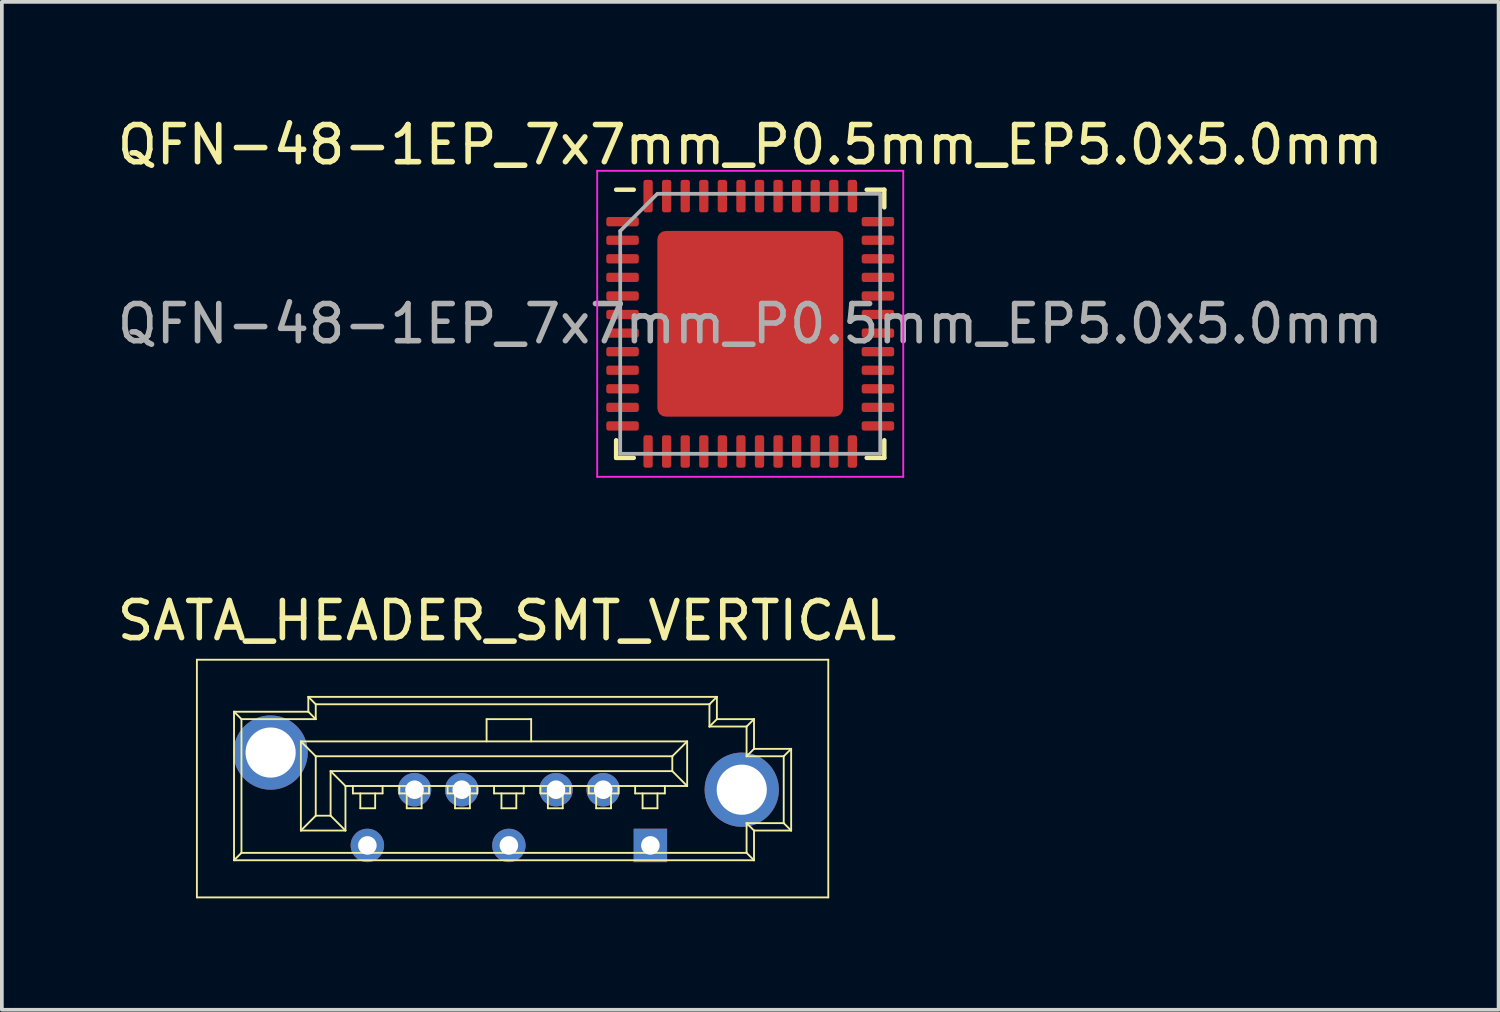
<source format=kicad_pcb>
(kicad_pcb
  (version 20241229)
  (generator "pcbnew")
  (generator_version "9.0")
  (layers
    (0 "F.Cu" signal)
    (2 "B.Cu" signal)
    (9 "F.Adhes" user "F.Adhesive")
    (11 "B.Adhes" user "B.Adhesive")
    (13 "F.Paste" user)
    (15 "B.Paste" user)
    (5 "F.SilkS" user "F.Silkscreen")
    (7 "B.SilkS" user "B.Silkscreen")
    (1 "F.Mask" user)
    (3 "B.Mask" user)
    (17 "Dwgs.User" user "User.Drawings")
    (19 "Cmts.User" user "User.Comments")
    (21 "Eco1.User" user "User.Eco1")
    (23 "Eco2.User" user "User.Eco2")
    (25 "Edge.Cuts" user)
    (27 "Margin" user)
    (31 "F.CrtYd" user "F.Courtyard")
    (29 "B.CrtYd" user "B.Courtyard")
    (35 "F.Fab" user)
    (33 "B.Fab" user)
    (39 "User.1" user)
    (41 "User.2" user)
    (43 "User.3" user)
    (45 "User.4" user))
  (footprint "SATA_HEADER_SMT_VERTICAL"
    (layer "F.Cu")
    (at 10.651 19.712)
    (property "Reference" "SATA_HEADER_SMT_VERTICAL" (at -0.05 -6.05 0) (layer "F.SilkS") (effects (font (size 1 1) (thickness 0.15))))
    (attr through_hole)
    (fp_line (start -8.4 -5) (end 8.6 -5) (stroke (width 0.05) (type solid)) (layer "F.SilkS"))
    (fp_line (start -8.4 1.4) (end -8.4 -5) (stroke (width 0.05) (type solid)) (layer "F.SilkS"))
    (fp_line (start -7.4 -3.6) (end -7.2 -3.4) (stroke (width 0.05) (type solid)) (layer "F.SilkS"))
    (fp_line (start -7.4 -3.6) (end -5.4 -3.6) (stroke (width 0.05) (type solid)) (layer "F.SilkS"))
    (fp_line (start -7.4 0.4) (end -7.4 -3.6) (stroke (width 0.05) (type solid)) (layer "F.SilkS"))
    (fp_line (start -7.2 -3.4) (end -7.2 0.2) (stroke (width 0.05) (type solid)) (layer "F.SilkS"))
    (fp_line (start -7.2 -3.4) (end -5.2 -3.4) (stroke (width 0.05) (type solid)) (layer "F.SilkS"))
    (fp_line (start -7.2 0.2) (end -7.4 0.4) (stroke (width 0.05) (type solid)) (layer "F.SilkS"))
    (fp_line (start -6.6 -3) (end -6.6 -2) (stroke (width 0.05) (type solid)) (layer "F.SilkS"))
    (fp_line (start -6.6 -2.8) (end -6.2 -2.8) (stroke (width 0.05) (type solid)) (layer "F.SilkS"))
    (fp_line (start -6.6 -2.2) (end -6.2 -2.2) (stroke (width 0.05) (type solid)) (layer "F.SilkS"))
    (fp_line (start -6.6 -2) (end -6.2 -2) (stroke (width 0.05) (type solid)) (layer "F.SilkS"))
    (fp_line (start -6.2 -3) (end -6.6 -3) (stroke (width 0.05) (type solid)) (layer "F.SilkS"))
    (fp_line (start -6.2 -2) (end -6.2 -3) (stroke (width 0.05) (type solid)) (layer "F.SilkS"))
    (fp_line (start -5.6 -2.8) (end 4.8 -2.8) (stroke (width 0.05) (type solid)) (layer "F.SilkS"))
    (fp_line (start -5.6 -0.4) (end -5.6 -2.8) (stroke (width 0.05) (type solid)) (layer "F.SilkS"))
    (fp_line (start -5.4 -4) (end 5.6 -4) (stroke (width 0.05) (type solid)) (layer "F.SilkS"))
    (fp_line (start -5.4 -3.6) (end -5.4 -4) (stroke (width 0.05) (type solid)) (layer "F.SilkS"))
    (fp_line (start -5.2 -3.8) (end -5.4 -4) (stroke (width 0.05) (type solid)) (layer "F.SilkS"))
    (fp_line (start -5.2 -3.8) (end 5.4 -3.8) (stroke (width 0.05) (type solid)) (layer "F.SilkS"))
    (fp_line (start -5.2 -3.4) (end -5.4 -3.6) (stroke (width 0.05) (type solid)) (layer "F.SilkS"))
    (fp_line (start -5.2 -3.4) (end -5.2 -3.8) (stroke (width 0.05) (type solid)) (layer "F.SilkS"))
    (fp_line (start -5.2 -2.4) (end -5.6 -2.8) (stroke (width 0.05) (type solid)) (layer "F.SilkS"))
    (fp_line (start -5.2 -2.4) (end -5.2 -0.8) (stroke (width 0.05) (type solid)) (layer "F.SilkS"))
    (fp_line (start -5.2 -0.8) (end -5.6 -0.4) (stroke (width 0.05) (type solid)) (layer "F.SilkS"))
    (fp_line (start -5.2 -0.8) (end -4.8 -0.8) (stroke (width 0.05) (type solid)) (layer "F.SilkS"))
    (fp_line (start -4.8 -2) (end -4.4 -1.6) (stroke (width 0.05) (type solid)) (layer "F.SilkS"))
    (fp_line (start -4.8 -2) (end 4.4 -2) (stroke (width 0.05) (type solid)) (layer "F.SilkS"))
    (fp_line (start -4.8 -0.8) (end -4.8 -2) (stroke (width 0.05) (type solid)) (layer "F.SilkS"))
    (fp_line (start -4.8 -0.8) (end -4.4 -0.4) (stroke (width 0.05) (type solid)) (layer "F.SilkS"))
    (fp_line (start -4.4 -1.6) (end -4.4 -0.4) (stroke (width 0.05) (type solid)) (layer "F.SilkS"))
    (fp_line (start -4.4 -0.4) (end -5.6 -0.4) (stroke (width 0.05) (type solid)) (layer "F.SilkS"))
    (fp_line (start -4.2 -1.6) (end -4.2 -1.4) (stroke (width 0.05) (type solid)) (layer "F.SilkS"))
    (fp_line (start -4.2 -1.4) (end -3.4 -1.4) (stroke (width 0.05) (type solid)) (layer "F.SilkS"))
    (fp_line (start -4 -1.4) (end -4 -1) (stroke (width 0.05) (type solid)) (layer "F.SilkS"))
    (fp_line (start -4 -1) (end -3.6 -1) (stroke (width 0.05) (type solid)) (layer "F.SilkS"))
    (fp_line (start -3.6 -1) (end -3.6 -1.4) (stroke (width 0.05) (type solid)) (layer "F.SilkS"))
    (fp_line (start -3.4 -1.4) (end -3.4 -1.6) (stroke (width 0.05) (type solid)) (layer "F.SilkS"))
    (fp_line (start -2.95 -1.6) (end -2.95 -1.4) (stroke (width 0.05) (type solid)) (layer "F.SilkS"))
    (fp_line (start -2.95 -1.4) (end -2.15 -1.4) (stroke (width 0.05) (type solid)) (layer "F.SilkS"))
    (fp_line (start -2.75 -1.4) (end -2.75 -1) (stroke (width 0.05) (type solid)) (layer "F.SilkS"))
    (fp_line (start -2.75 -1) (end -2.35 -1) (stroke (width 0.05) (type solid)) (layer "F.SilkS"))
    (fp_line (start -2.35 -1) (end -2.35 -1.4) (stroke (width 0.05) (type solid)) (layer "F.SilkS"))
    (fp_line (start -2.15 -1.4) (end -2.15 -1.6) (stroke (width 0.05) (type solid)) (layer "F.SilkS"))
    (fp_line (start -1.65 -1.6) (end -1.65 -1.4) (stroke (width 0.05) (type solid)) (layer "F.SilkS"))
    (fp_line (start -1.65 -1.4) (end -0.85 -1.4) (stroke (width 0.05) (type solid)) (layer "F.SilkS"))
    (fp_line (start -1.45 -1.4) (end -1.45 -1) (stroke (width 0.05) (type solid)) (layer "F.SilkS"))
    (fp_line (start -1.45 -1) (end -1.05 -1) (stroke (width 0.05) (type solid)) (layer "F.SilkS"))
    (fp_line (start -1.05 -1) (end -1.05 -1.4) (stroke (width 0.05) (type solid)) (layer "F.SilkS"))
    (fp_line (start -0.85 -1.4) (end -0.85 -1.6) (stroke (width 0.05) (type solid)) (layer "F.SilkS"))
    (fp_line (start -0.6 -3.4) (end 0.6 -3.4) (stroke (width 0.05) (type solid)) (layer "F.SilkS"))
    (fp_line (start -0.6 -2.8) (end -0.6 -3.4) (stroke (width 0.05) (type solid)) (layer "F.SilkS"))
    (fp_line (start -0.4 -1.6) (end -0.4 -1.4) (stroke (width 0.05) (type solid)) (layer "F.SilkS"))
    (fp_line (start -0.4 -1.4) (end 0.4 -1.4) (stroke (width 0.05) (type solid)) (layer "F.SilkS"))
    (fp_line (start -0.2 -1.4) (end -0.2 -1) (stroke (width 0.05) (type solid)) (layer "F.SilkS"))
    (fp_line (start -0.2 -1) (end 0.2 -1) (stroke (width 0.05) (type solid)) (layer "F.SilkS"))
    (fp_line (start 0.2 -1) (end 0.2 -1.4) (stroke (width 0.05) (type solid)) (layer "F.SilkS"))
    (fp_line (start 0.4 -1.4) (end 0.4 -1.6) (stroke (width 0.05) (type solid)) (layer "F.SilkS"))
    (fp_line (start 0.6 -3.4) (end 0.6 -2.8) (stroke (width 0.05) (type solid)) (layer "F.SilkS"))
    (fp_line (start 0.85 -1.6) (end 0.85 -1.4) (stroke (width 0.05) (type solid)) (layer "F.SilkS"))
    (fp_line (start 0.85 -1.4) (end 1.65 -1.4) (stroke (width 0.05) (type solid)) (layer "F.SilkS"))
    (fp_line (start 1.05 -1.4) (end 1.05 -1) (stroke (width 0.05) (type solid)) (layer "F.SilkS"))
    (fp_line (start 1.05 -1) (end 1.45 -1) (stroke (width 0.05) (type solid)) (layer "F.SilkS"))
    (fp_line (start 1.45 -1) (end 1.45 -1.4) (stroke (width 0.05) (type solid)) (layer "F.SilkS"))
    (fp_line (start 1.65 -1.4) (end 1.65 -1.6) (stroke (width 0.05) (type solid)) (layer "F.SilkS"))
    (fp_line (start 2.15 -1.6) (end 2.15 -1.4) (stroke (width 0.05) (type solid)) (layer "F.SilkS"))
    (fp_line (start 2.15 -1.4) (end 2.95 -1.4) (stroke (width 0.05) (type solid)) (layer "F.SilkS"))
    (fp_line (start 2.35 -1.4) (end 2.35 -1) (stroke (width 0.05) (type solid)) (layer "F.SilkS"))
    (fp_line (start 2.35 -1) (end 2.75 -1) (stroke (width 0.05) (type solid)) (layer "F.SilkS"))
    (fp_line (start 2.75 -1) (end 2.75 -1.4) (stroke (width 0.05) (type solid)) (layer "F.SilkS"))
    (fp_line (start 2.95 -1.4) (end 2.95 -1.6) (stroke (width 0.05) (type solid)) (layer "F.SilkS"))
    (fp_line (start 3.4 -1.6) (end 3.4 -1.4) (stroke (width 0.05) (type solid)) (layer "F.SilkS"))
    (fp_line (start 3.4 -1.4) (end 4.2 -1.4) (stroke (width 0.05) (type solid)) (layer "F.SilkS"))
    (fp_line (start 3.6 -1.4) (end 3.6 -1) (stroke (width 0.05) (type solid)) (layer "F.SilkS"))
    (fp_line (start 3.6 -1) (end 4 -1) (stroke (width 0.05) (type solid)) (layer "F.SilkS"))
    (fp_line (start 4 -1) (end 4 -1.4) (stroke (width 0.05) (type solid)) (layer "F.SilkS"))
    (fp_line (start 4.2 -1.4) (end 4.2 -1.6) (stroke (width 0.05) (type solid)) (layer "F.SilkS"))
    (fp_line (start 4.4 -2.4) (end -5.2 -2.4) (stroke (width 0.05) (type solid)) (layer "F.SilkS"))
    (fp_line (start 4.4 -2.4) (end 4.8 -2.8) (stroke (width 0.05) (type solid)) (layer "F.SilkS"))
    (fp_line (start 4.4 -2) (end 4.4 -2.4) (stroke (width 0.05) (type solid)) (layer "F.SilkS"))
    (fp_line (start 4.8 -2.8) (end 4.8 -1.6) (stroke (width 0.05) (type solid)) (layer "F.SilkS"))
    (fp_line (start 4.8 -1.6) (end -4.4 -1.6) (stroke (width 0.05) (type solid)) (layer "F.SilkS"))
    (fp_line (start 4.8 -1.6) (end 4.4 -2) (stroke (width 0.05) (type solid)) (layer "F.SilkS"))
    (fp_line (start 5.4 -3.8) (end 5.4 -3.2) (stroke (width 0.05) (type solid)) (layer "F.SilkS"))
    (fp_line (start 5.4 -3.8) (end 5.6 -4) (stroke (width 0.05) (type solid)) (layer "F.SilkS"))
    (fp_line (start 5.4 -3.2) (end 5.6 -3.4) (stroke (width 0.05) (type solid)) (layer "F.SilkS"))
    (fp_line (start 5.4 -3.2) (end 6.4 -3.2) (stroke (width 0.05) (type solid)) (layer "F.SilkS"))
    (fp_line (start 5.6 -4) (end 5.6 -3.4) (stroke (width 0.05) (type solid)) (layer "F.SilkS"))
    (fp_line (start 5.6 -3.4) (end 6.6 -3.4) (stroke (width 0.05) (type solid)) (layer "F.SilkS"))
    (fp_line (start 6.05 -2) (end 6.05 -1) (stroke (width 0.05) (type solid)) (layer "F.SilkS"))
    (fp_line (start 6.05 -1.8) (end 6.45 -1.8) (stroke (width 0.05) (type solid)) (layer "F.SilkS"))
    (fp_line (start 6.05 -1) (end 6.45 -1) (stroke (width 0.05) (type solid)) (layer "F.SilkS"))
    (fp_line (start 6.4 -3.2) (end 6.4 -2.4) (stroke (width 0.05) (type solid)) (layer "F.SilkS"))
    (fp_line (start 6.4 -3.2) (end 6.6 -3.4) (stroke (width 0.05) (type solid)) (layer "F.SilkS"))
    (fp_line (start 6.4 -2.4) (end 6.6 -2.6) (stroke (width 0.05) (type solid)) (layer "F.SilkS"))
    (fp_line (start 6.4 -2.4) (end 7.4 -2.4) (stroke (width 0.05) (type solid)) (layer "F.SilkS"))
    (fp_line (start 6.4 -0.6) (end 6.4 0.2) (stroke (width 0.05) (type solid)) (layer "F.SilkS"))
    (fp_line (start 6.4 -0.6) (end 6.6 -0.4) (stroke (width 0.05) (type solid)) (layer "F.SilkS"))
    (fp_line (start 6.4 0.2) (end -7.2 0.2) (stroke (width 0.05) (type solid)) (layer "F.SilkS"))
    (fp_line (start 6.4 0.2) (end 6.6 0.4) (stroke (width 0.05) (type solid)) (layer "F.SilkS"))
    (fp_line (start 6.45 -2) (end 6.05 -2) (stroke (width 0.05) (type solid)) (layer "F.SilkS"))
    (fp_line (start 6.45 -1.2) (end 6.05 -1.2) (stroke (width 0.05) (type solid)) (layer "F.SilkS"))
    (fp_line (start 6.45 -1) (end 6.45 -2) (stroke (width 0.05) (type solid)) (layer "F.SilkS"))
    (fp_line (start 6.6 -3.4) (end 6.6 -2.6) (stroke (width 0.05) (type solid)) (layer "F.SilkS"))
    (fp_line (start 6.6 -2.6) (end 7.6 -2.6) (stroke (width 0.05) (type solid)) (layer "F.SilkS"))
    (fp_line (start 6.6 -0.4) (end 6.6 0.4) (stroke (width 0.05) (type solid)) (layer "F.SilkS"))
    (fp_line (start 6.6 0.4) (end -7.4 0.4) (stroke (width 0.05) (type solid)) (layer "F.SilkS"))
    (fp_line (start 7.4 -2.4) (end 7.4 -0.6) (stroke (width 0.05) (type solid)) (layer "F.SilkS"))
    (fp_line (start 7.4 -2.4) (end 7.6 -2.6) (stroke (width 0.05) (type solid)) (layer "F.SilkS"))
    (fp_line (start 7.4 -0.6) (end 6.4 -0.6) (stroke (width 0.05) (type solid)) (layer "F.SilkS"))
    (fp_line (start 7.4 -0.6) (end 7.6 -0.4) (stroke (width 0.05) (type solid)) (layer "F.SilkS"))
    (fp_line (start 7.6 -2.6) (end 7.6 -0.4) (stroke (width 0.05) (type solid)) (layer "F.SilkS"))
    (fp_line (start 7.6 -0.4) (end 6.6 -0.4) (stroke (width 0.05) (type solid)) (layer "F.SilkS"))
    (fp_line (start 8.6 -5) (end 8.6 1.4) (stroke (width 0.05) (type solid)) (layer "F.SilkS"))
    (fp_line (start 8.6 1.4) (end -8.4 1.4) (stroke (width 0.05) (type solid)) (layer "F.SilkS"))
    (pad "0" thru_hole circle (at -6.415 -2.5) (size 2 2) (drill 1.35) (layers "*.Cu" "*.Mask"))
    (pad "0" thru_hole circle (at 6.27 -1.5) (size 2 2) (drill 1.35) (layers "*.Cu" "*.Mask"))
    (pad "1" thru_hole rect (at 3.81 0) (size 0.9 0.9) (drill 0.5) (layers "*.Cu" "*.Mask"))
    (pad "2" thru_hole circle (at 2.54 -1.5) (size 0.9 0.9) (drill 0.5) (layers "*.Cu" "*.Mask"))
    (pad "3" thru_hole circle (at 1.27 -1.5) (size 0.9 0.9) (drill 0.5) (layers "*.Cu" "*.Mask"))
    (pad "4" thru_hole circle (at 0 0) (size 0.9 0.9) (drill 0.5) (layers "*.Cu" "*.Mask"))
    (pad "5" thru_hole circle (at -1.27 -1.5) (size 0.9 0.9) (drill 0.5) (layers "*.Cu" "*.Mask"))
    (pad "6" thru_hole circle (at -2.54 -1.5) (size 0.9 0.9) (drill 0.5) (layers "*.Cu" "*.Mask"))
    (pad "7" thru_hole circle (at -3.81 0) (size 0.9 0.9) (drill 0.5) (layers "*.Cu" "*.Mask")))
  (footprint "QFN-48-1EP_7x7mm_P0.5mm_EP5.0x5.0mm"
    (layer "F.Cu")
    (at 17.149 5.668)
    (property "Reference" "QFN-48-1EP_7x7mm_P0.5mm_EP5.0x5.0mm" (at 0 -4.82 0) (layer "F.SilkS") (effects (font (size 1 1) (thickness 0.15))))
    (attr smd)
    (fp_line (start -3.61 3.61) (end -3.61 3.135) (stroke (width 0.12) (type solid)) (layer "F.SilkS"))
    (fp_line (start -3.135 -3.61) (end -3.61 -3.61) (stroke (width 0.12) (type solid)) (layer "F.SilkS"))
    (fp_line (start -3.135 3.61) (end -3.61 3.61) (stroke (width 0.12) (type solid)) (layer "F.SilkS"))
    (fp_line (start 3.135 -3.61) (end 3.61 -3.61) (stroke (width 0.12) (type solid)) (layer "F.SilkS"))
    (fp_line (start 3.135 3.61) (end 3.61 3.61) (stroke (width 0.12) (type solid)) (layer "F.SilkS"))
    (fp_line (start 3.61 -3.61) (end 3.61 -3.135) (stroke (width 0.12) (type solid)) (layer "F.SilkS"))
    (fp_line (start 3.61 3.61) (end 3.61 3.135) (stroke (width 0.12) (type solid)) (layer "F.SilkS"))
    (fp_line (start -4.12 -4.12) (end -4.12 4.12) (stroke (width 0.05) (type solid)) (layer "F.CrtYd"))
    (fp_line (start -4.12 4.12) (end 4.12 4.12) (stroke (width 0.05) (type solid)) (layer "F.CrtYd"))
    (fp_line (start 4.12 -4.12) (end -4.12 -4.12) (stroke (width 0.05) (type solid)) (layer "F.CrtYd"))
    (fp_line (start 4.12 4.12) (end 4.12 -4.12) (stroke (width 0.05) (type solid)) (layer "F.CrtYd"))
    (fp_line (start -3.5 -2.5) (end -2.5 -3.5) (stroke (width 0.1) (type solid)) (layer "F.Fab"))
    (fp_line (start -3.5 3.5) (end -3.5 -2.5) (stroke (width 0.1) (type solid)) (layer "F.Fab"))
    (fp_line (start -2.5 -3.5) (end 3.5 -3.5) (stroke (width 0.1) (type solid)) (layer "F.Fab"))
    (fp_line (start 3.5 -3.5) (end 3.5 3.5) (stroke (width 0.1) (type solid)) (layer "F.Fab"))
    (fp_line (start 3.5 3.5) (end -3.5 3.5) (stroke (width 0.1) (type solid)) (layer "F.Fab"))
    (fp_text user "${REFERENCE}" (at 0 0 0) (layer "F.Fab") (effects (font (size 1 1) (thickness 0.15))))
    (pad "" smd roundrect (at -0.7 -0.7) (size 1.13 1.13) (layers "F.Paste") (roundrect_rratio 0.221))
    (pad "" smd roundrect (at -0.7 0.7) (size 1.13 1.13) (layers "F.Paste") (roundrect_rratio 0.221))
    (pad "" smd roundrect (at 0.7 -0.7) (size 1.13 1.13) (layers "F.Paste") (roundrect_rratio 0.221))
    (pad "" smd roundrect (at 0.7 0.7) (size 1.13 1.13) (layers "F.Paste") (roundrect_rratio 0.221))
    (pad "1" smd roundrect (at -3.438 -2.75) (size 0.875 0.25) (layers "F.Cu" "F.Mask" "F.Paste") (roundrect_rratio 0.25))
    (pad "2" smd roundrect (at -3.438 -2.25) (size 0.875 0.25) (layers "F.Cu" "F.Mask" "F.Paste") (roundrect_rratio 0.25))
    (pad "3" smd roundrect (at -3.438 -1.75) (size 0.875 0.25) (layers "F.Cu" "F.Mask" "F.Paste") (roundrect_rratio 0.25))
    (pad "4" smd roundrect (at -3.438 -1.25) (size 0.875 0.25) (layers "F.Cu" "F.Mask" "F.Paste") (roundrect_rratio 0.25))
    (pad "5" smd roundrect (at -3.438 -0.75) (size 0.875 0.25) (layers "F.Cu" "F.Mask" "F.Paste") (roundrect_rratio 0.25))
    (pad "6" smd roundrect (at -3.438 -0.25) (size 0.875 0.25) (layers "F.Cu" "F.Mask" "F.Paste") (roundrect_rratio 0.25))
    (pad "7" smd roundrect (at -3.438 0.25) (size 0.875 0.25) (layers "F.Cu" "F.Mask" "F.Paste") (roundrect_rratio 0.25))
    (pad "8" smd roundrect (at -3.438 0.75) (size 0.875 0.25) (layers "F.Cu" "F.Mask" "F.Paste") (roundrect_rratio 0.25))
    (pad "9" smd roundrect (at -3.438 1.25) (size 0.875 0.25) (layers "F.Cu" "F.Mask" "F.Paste") (roundrect_rratio 0.25))
    (pad "10" smd roundrect (at -3.438 1.75) (size 0.875 0.25) (layers "F.Cu" "F.Mask" "F.Paste") (roundrect_rratio 0.25))
    (pad "11" smd roundrect (at -3.438 2.25) (size 0.875 0.25) (layers "F.Cu" "F.Mask" "F.Paste") (roundrect_rratio 0.25))
    (pad "12" smd roundrect (at -3.438 2.75) (size 0.875 0.25) (layers "F.Cu" "F.Mask" "F.Paste") (roundrect_rratio 0.25))
    (pad "13" smd roundrect (at -2.75 3.438) (size 0.25 0.875) (layers "F.Cu" "F.Mask" "F.Paste") (roundrect_rratio 0.25))
    (pad "14" smd roundrect (at -2.25 3.438) (size 0.25 0.875) (layers "F.Cu" "F.Mask" "F.Paste") (roundrect_rratio 0.25))
    (pad "15" smd roundrect (at -1.75 3.438) (size 0.25 0.875) (layers "F.Cu" "F.Mask" "F.Paste") (roundrect_rratio 0.25))
    (pad "16" smd roundrect (at -1.25 3.438) (size 0.25 0.875) (layers "F.Cu" "F.Mask" "F.Paste") (roundrect_rratio 0.25))
    (pad "17" smd roundrect (at -0.75 3.438) (size 0.25 0.875) (layers "F.Cu" "F.Mask" "F.Paste") (roundrect_rratio 0.25))
    (pad "18" smd roundrect (at -0.25 3.438) (size 0.25 0.875) (layers "F.Cu" "F.Mask" "F.Paste") (roundrect_rratio 0.25))
    (pad "19" smd roundrect (at 0.25 3.438) (size 0.25 0.875) (layers "F.Cu" "F.Mask" "F.Paste") (roundrect_rratio 0.25))
    (pad "20" smd roundrect (at 0.75 3.438) (size 0.25 0.875) (layers "F.Cu" "F.Mask" "F.Paste") (roundrect_rratio 0.25))
    (pad "21" smd roundrect (at 1.25 3.438) (size 0.25 0.875) (layers "F.Cu" "F.Mask" "F.Paste") (roundrect_rratio 0.25))
    (pad "22" smd roundrect (at 1.75 3.438) (size 0.25 0.875) (layers "F.Cu" "F.Mask" "F.Paste") (roundrect_rratio 0.25))
    (pad "23" smd roundrect (at 2.25 3.438) (size 0.25 0.875) (layers "F.Cu" "F.Mask" "F.Paste") (roundrect_rratio 0.25))
    (pad "24" smd roundrect (at 2.75 3.438) (size 0.25 0.875) (layers "F.Cu" "F.Mask" "F.Paste") (roundrect_rratio 0.25))
    (pad "25" smd roundrect (at 3.438 2.75) (size 0.875 0.25) (layers "F.Cu" "F.Mask" "F.Paste") (roundrect_rratio 0.25))
    (pad "26" smd roundrect (at 3.438 2.25) (size 0.875 0.25) (layers "F.Cu" "F.Mask" "F.Paste") (roundrect_rratio 0.25))
    (pad "27" smd roundrect (at 3.438 1.75) (size 0.875 0.25) (layers "F.Cu" "F.Mask" "F.Paste") (roundrect_rratio 0.25))
    (pad "28" smd roundrect (at 3.438 1.25) (size 0.875 0.25) (layers "F.Cu" "F.Mask" "F.Paste") (roundrect_rratio 0.25))
    (pad "29" smd roundrect (at 3.438 0.75) (size 0.875 0.25) (layers "F.Cu" "F.Mask" "F.Paste") (roundrect_rratio 0.25))
    (pad "30" smd roundrect (at 3.438 0.25) (size 0.875 0.25) (layers "F.Cu" "F.Mask" "F.Paste") (roundrect_rratio 0.25))
    (pad "31" smd roundrect (at 3.438 -0.25) (size 0.875 0.25) (layers "F.Cu" "F.Mask" "F.Paste") (roundrect_rratio 0.25))
    (pad "32" smd roundrect (at 3.438 -0.75) (size 0.875 0.25) (layers "F.Cu" "F.Mask" "F.Paste") (roundrect_rratio 0.25))
    (pad "33" smd roundrect (at 3.438 -1.25) (size 0.875 0.25) (layers "F.Cu" "F.Mask" "F.Paste") (roundrect_rratio 0.25))
    (pad "34" smd roundrect (at 3.438 -1.75) (size 0.875 0.25) (layers "F.Cu" "F.Mask" "F.Paste") (roundrect_rratio 0.25))
    (pad "35" smd roundrect (at 3.438 -2.25) (size 0.875 0.25) (layers "F.Cu" "F.Mask" "F.Paste") (roundrect_rratio 0.25))
    (pad "36" smd roundrect (at 3.438 -2.75) (size 0.875 0.25) (layers "F.Cu" "F.Mask" "F.Paste") (roundrect_rratio 0.25))
    (pad "37" smd roundrect (at 2.75 -3.438) (size 0.25 0.875) (layers "F.Cu" "F.Mask" "F.Paste") (roundrect_rratio 0.25))
    (pad "38" smd roundrect (at 2.25 -3.438) (size 0.25 0.875) (layers "F.Cu" "F.Mask" "F.Paste") (roundrect_rratio 0.25))
    (pad "39" smd roundrect (at 1.75 -3.438) (size 0.25 0.875) (layers "F.Cu" "F.Mask" "F.Paste") (roundrect_rratio 0.25))
    (pad "40" smd roundrect (at 1.25 -3.438) (size 0.25 0.875) (layers "F.Cu" "F.Mask" "F.Paste") (roundrect_rratio 0.25))
    (pad "41" smd roundrect (at 0.75 -3.438) (size 0.25 0.875) (layers "F.Cu" "F.Mask" "F.Paste") (roundrect_rratio 0.25))
    (pad "42" smd roundrect (at 0.25 -3.438) (size 0.25 0.875) (layers "F.Cu" "F.Mask" "F.Paste") (roundrect_rratio 0.25))
    (pad "43" smd roundrect (at -0.25 -3.438) (size 0.25 0.875) (layers "F.Cu" "F.Mask" "F.Paste") (roundrect_rratio 0.25))
    (pad "44" smd roundrect (at -0.75 -3.438) (size 0.25 0.875) (layers "F.Cu" "F.Mask" "F.Paste") (roundrect_rratio 0.25))
    (pad "45" smd roundrect (at -1.25 -3.438) (size 0.25 0.875) (layers "F.Cu" "F.Mask" "F.Paste") (roundrect_rratio 0.25))
    (pad "46" smd roundrect (at -1.75 -3.438) (size 0.25 0.875) (layers "F.Cu" "F.Mask" "F.Paste") (roundrect_rratio 0.25))
    (pad "47" smd roundrect (at -2.25 -3.438) (size 0.25 0.875) (layers "F.Cu" "F.Mask" "F.Paste") (roundrect_rratio 0.25))
    (pad "48" smd roundrect (at -2.75 -3.438) (size 0.25 0.875) (layers "F.Cu" "F.Mask" "F.Paste") (roundrect_rratio 0.25))
    (pad "49" smd roundrect (at 0 0) (size 5 5) (layers "F.Cu" "F.Mask") (roundrect_rratio 0.045)))
  (gr_rect
    (start -3 -3)
    (end 37.298 24.137)
    (stroke (width 0.1) (type default))
    (fill no)
    (layer "Edge.Cuts")))
</source>
